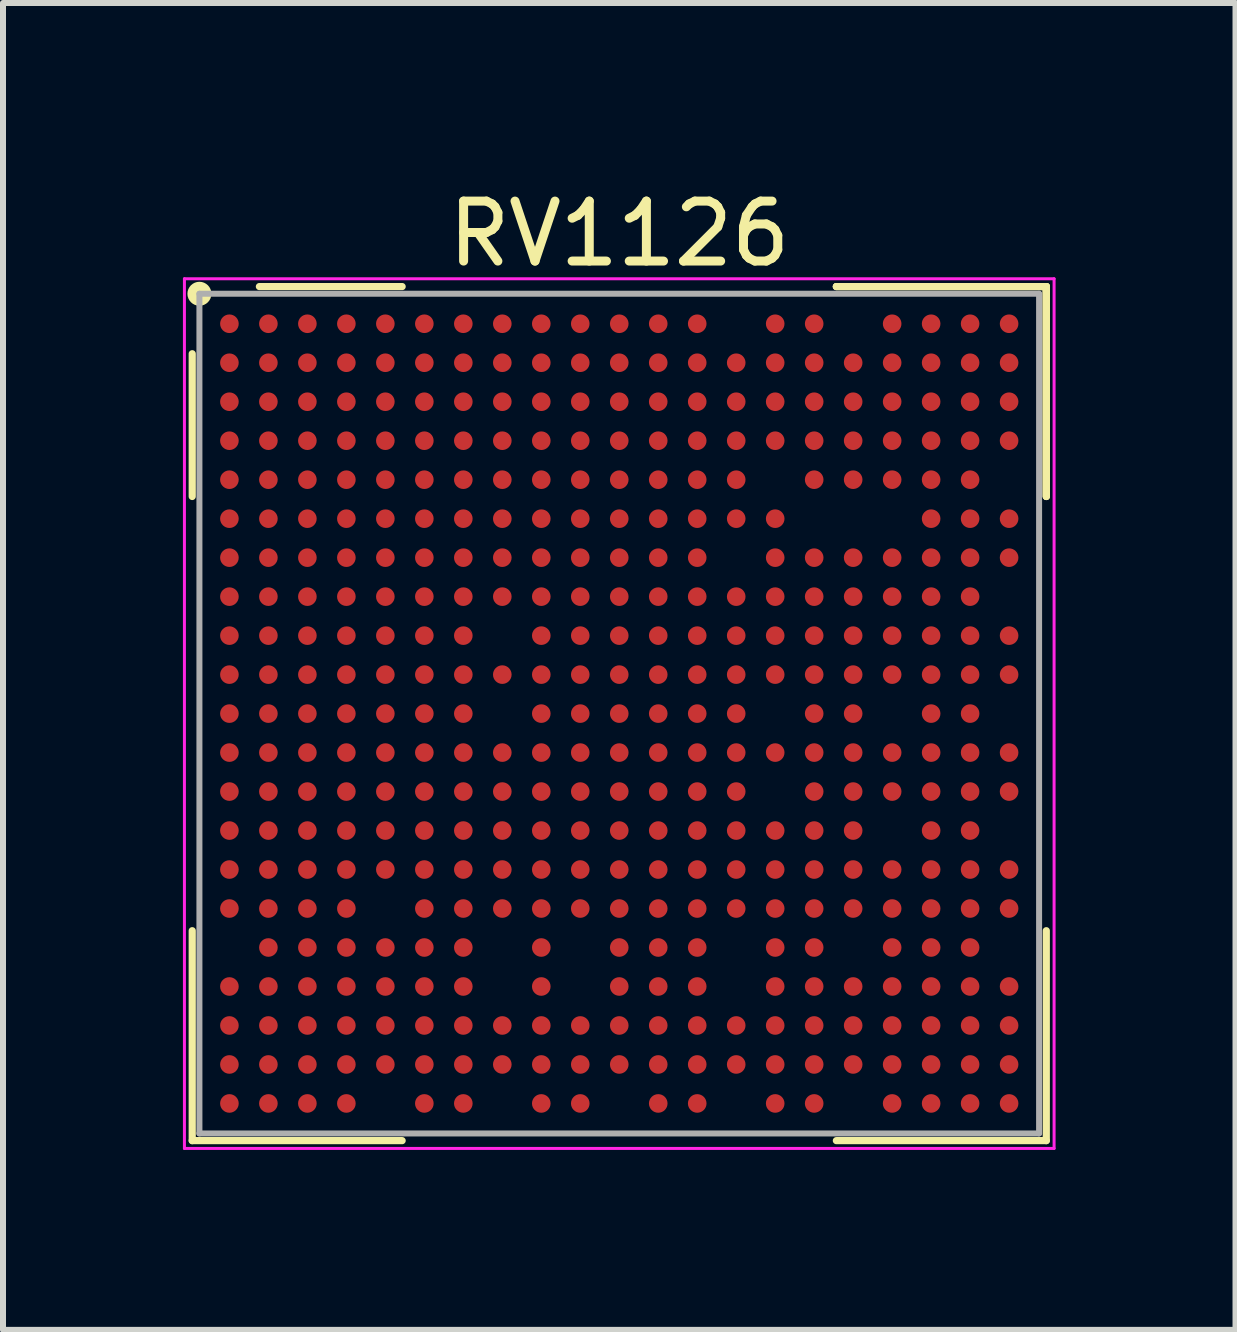
<source format=kicad_pcb>
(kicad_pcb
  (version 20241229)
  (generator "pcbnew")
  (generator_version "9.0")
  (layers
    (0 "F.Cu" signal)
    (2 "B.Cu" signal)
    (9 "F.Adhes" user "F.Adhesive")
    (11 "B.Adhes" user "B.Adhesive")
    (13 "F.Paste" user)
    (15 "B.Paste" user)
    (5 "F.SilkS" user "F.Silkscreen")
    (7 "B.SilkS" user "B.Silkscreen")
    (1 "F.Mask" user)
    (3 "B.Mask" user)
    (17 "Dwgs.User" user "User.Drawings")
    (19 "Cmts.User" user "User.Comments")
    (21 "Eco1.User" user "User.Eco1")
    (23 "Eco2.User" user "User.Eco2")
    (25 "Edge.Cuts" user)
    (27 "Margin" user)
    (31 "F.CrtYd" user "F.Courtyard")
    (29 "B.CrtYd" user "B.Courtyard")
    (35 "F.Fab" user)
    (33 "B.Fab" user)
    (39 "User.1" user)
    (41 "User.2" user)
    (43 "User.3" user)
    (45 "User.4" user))
  (footprint "RV1126"
    (layer "F.Cu")
    (at 7.275 8.848)
    (property "Reference" "RV1126" (at 0 -8 0) (layer "F.SilkS") (effects (font (size 1 1) (thickness 0.15))))
    (attr through_hole)
    (fp_line (start -7.12 -6) (end -7.12 -3.62) (stroke (width 0.12) (type solid)) (layer "F.SilkS"))
    (fp_line (start -7.12 7.12) (end -7.12 3.62) (stroke (width 0.12) (type solid)) (layer "F.SilkS"))
    (fp_line (start -3.62 -7.12) (end -6 -7.12) (stroke (width 0.12) (type solid)) (layer "F.SilkS"))
    (fp_line (start -3.62 7.12) (end -7.12 7.12) (stroke (width 0.12) (type solid)) (layer "F.SilkS"))
    (fp_line (start 3.62 -7.12) (end 7.12 -7.12) (stroke (width 0.12) (type solid)) (layer "F.SilkS"))
    (fp_line (start 3.62 -7.12) (end 7.12 -7.12) (stroke (width 0.12) (type solid)) (layer "F.SilkS"))
    (fp_line (start 3.62 -7.12) (end 7.12 -7.12) (stroke (width 0.12) (type solid)) (layer "F.SilkS"))
    (fp_line (start 3.62 7.12) (end 7.12 7.12) (stroke (width 0.12) (type solid)) (layer "F.SilkS"))
    (fp_line (start 7.12 -7.12) (end 7.12 -3.62) (stroke (width 0.12) (type solid)) (layer "F.SilkS"))
    (fp_line (start 7.12 -7.12) (end 7.12 -3.62) (stroke (width 0.12) (type solid)) (layer "F.SilkS"))
    (fp_line (start 7.12 -7.12) (end 7.12 -3.62) (stroke (width 0.12) (type solid)) (layer "F.SilkS"))
    (fp_line (start 7.12 7.12) (end 7.12 3.62) (stroke (width 0.12) (type solid)) (layer "F.SilkS"))
    (fp_circle (center -7 -7) (end -7 -6.9) (stroke (width 0.2) (type solid)) (fill no) (layer "F.SilkS"))
    (fp_line (start -7.25 -7.25) (end 7.25 -7.25) (stroke (width 0.05) (type solid)) (layer "F.CrtYd"))
    (fp_line (start -7.25 7.25) (end -7.25 -7.25) (stroke (width 0.05) (type solid)) (layer "F.CrtYd"))
    (fp_line (start 7.25 -7.25) (end 7.25 7.25) (stroke (width 0.05) (type solid)) (layer "F.CrtYd"))
    (fp_line (start 7.25 7.25) (end -7.25 7.25) (stroke (width 0.05) (type solid)) (layer "F.CrtYd"))
    (fp_line (start -7 -7) (end -7 7) (stroke (width 0.1) (type solid)) (layer "F.Fab"))
    (fp_line (start -7 7) (end 7 7) (stroke (width 0.1) (type solid)) (layer "F.Fab"))
    (fp_line (start 7 -7) (end -7 -7) (stroke (width 0.1) (type solid)) (layer "F.Fab"))
    (fp_line (start 7 7) (end 7 -7) (stroke (width 0.1) (type solid)) (layer "F.Fab"))
    (pad "A1" smd circle (at -6.5 -6.5) (size 0.31 0.31) (layers "F.Cu" "F.Mask" "F.Paste"))
    (pad "A2" smd circle (at -5.85 -6.5) (size 0.31 0.31) (layers "F.Cu" "F.Mask" "F.Paste"))
    (pad "A3" smd circle (at -5.2 -6.5) (size 0.31 0.31) (layers "F.Cu" "F.Mask" "F.Paste"))
    (pad "A4" smd circle (at -4.55 -6.5) (size 0.31 0.31) (layers "F.Cu" "F.Mask" "F.Paste"))
    (pad "A5" smd circle (at -3.9 -6.5) (size 0.31 0.31) (layers "F.Cu" "F.Mask" "F.Paste"))
    (pad "A6" smd circle (at -3.25 -6.5) (size 0.31 0.31) (layers "F.Cu" "F.Mask" "F.Paste"))
    (pad "A7" smd circle (at -2.6 -6.5) (size 0.31 0.31) (layers "F.Cu" "F.Mask" "F.Paste"))
    (pad "A8" smd circle (at -1.95 -6.5) (size 0.31 0.31) (layers "F.Cu" "F.Mask" "F.Paste"))
    (pad "A9" smd circle (at -1.3 -6.5) (size 0.31 0.31) (layers "F.Cu" "F.Mask" "F.Paste"))
    (pad "A10" smd circle (at -0.65 -6.5) (size 0.31 0.31) (layers "F.Cu" "F.Mask" "F.Paste"))
    (pad "A11" smd circle (at 0 -6.5) (size 0.31 0.31) (layers "F.Cu" "F.Mask" "F.Paste"))
    (pad "A12" smd circle (at 0.65 -6.5) (size 0.31 0.31) (layers "F.Cu" "F.Mask" "F.Paste"))
    (pad "A13" smd circle (at 1.3 -6.5) (size 0.31 0.31) (layers "F.Cu" "F.Mask" "F.Paste"))
    (pad "A15" smd circle (at 2.6 -6.5) (size 0.31 0.31) (layers "F.Cu" "F.Mask" "F.Paste"))
    (pad "A16" smd circle (at 3.25 -6.5) (size 0.31 0.31) (layers "F.Cu" "F.Mask" "F.Paste"))
    (pad "A18" smd circle (at 4.55 -6.5) (size 0.31 0.31) (layers "F.Cu" "F.Mask" "F.Paste"))
    (pad "A19" smd circle (at 5.2 -6.5) (size 0.31 0.31) (layers "F.Cu" "F.Mask" "F.Paste"))
    (pad "A20" smd circle (at 5.85 -6.5) (size 0.31 0.31) (layers "F.Cu" "F.Mask" "F.Paste"))
    (pad "A21" smd circle (at 6.5 -6.5) (size 0.31 0.31) (layers "F.Cu" "F.Mask" "F.Paste"))
    (pad "AA1" smd circle (at -6.5 6.5) (size 0.31 0.31) (layers "F.Cu" "F.Mask" "F.Paste"))
    (pad "AA2" smd circle (at -5.85 6.5) (size 0.31 0.31) (layers "F.Cu" "F.Mask" "F.Paste"))
    (pad "AA3" smd circle (at -5.2 6.5) (size 0.31 0.31) (layers "F.Cu" "F.Mask" "F.Paste"))
    (pad "AA4" smd circle (at -4.55 6.5) (size 0.31 0.31) (layers "F.Cu" "F.Mask" "F.Paste"))
    (pad "AA6" smd circle (at -3.25 6.5) (size 0.31 0.31) (layers "F.Cu" "F.Mask" "F.Paste"))
    (pad "AA7" smd circle (at -2.6 6.5) (size 0.31 0.31) (layers "F.Cu" "F.Mask" "F.Paste"))
    (pad "AA9" smd circle (at -1.3 6.5) (size 0.31 0.31) (layers "F.Cu" "F.Mask" "F.Paste"))
    (pad "AA10" smd circle (at -0.65 6.5) (size 0.31 0.31) (layers "F.Cu" "F.Mask" "F.Paste"))
    (pad "AA12" smd circle (at 0.65 6.5) (size 0.31 0.31) (layers "F.Cu" "F.Mask" "F.Paste"))
    (pad "AA13" smd circle (at 1.3 6.5) (size 0.31 0.31) (layers "F.Cu" "F.Mask" "F.Paste"))
    (pad "AA15" smd circle (at 2.6 6.5) (size 0.31 0.31) (layers "F.Cu" "F.Mask" "F.Paste"))
    (pad "AA16" smd circle (at 3.25 6.5) (size 0.31 0.31) (layers "F.Cu" "F.Mask" "F.Paste"))
    (pad "AA18" smd circle (at 4.55 6.5) (size 0.31 0.31) (layers "F.Cu" "F.Mask" "F.Paste"))
    (pad "AA19" smd circle (at 5.2 6.5) (size 0.31 0.31) (layers "F.Cu" "F.Mask" "F.Paste"))
    (pad "AA20" smd circle (at 5.85 6.5) (size 0.31 0.31) (layers "F.Cu" "F.Mask" "F.Paste"))
    (pad "AA21" smd circle (at 6.5 6.5) (size 0.31 0.31) (layers "F.Cu" "F.Mask" "F.Paste"))
    (pad "B1" smd circle (at -6.5 -5.85) (size 0.31 0.31) (layers "F.Cu" "F.Mask" "F.Paste"))
    (pad "B2" smd circle (at -5.85 -5.85) (size 0.31 0.31) (layers "F.Cu" "F.Mask" "F.Paste"))
    (pad "B3" smd circle (at -5.2 -5.85) (size 0.31 0.31) (layers "F.Cu" "F.Mask" "F.Paste"))
    (pad "B4" smd circle (at -4.55 -5.85) (size 0.31 0.31) (layers "F.Cu" "F.Mask" "F.Paste"))
    (pad "B5" smd circle (at -3.9 -5.85) (size 0.31 0.31) (layers "F.Cu" "F.Mask" "F.Paste"))
    (pad "B6" smd circle (at -3.25 -5.85) (size 0.31 0.31) (layers "F.Cu" "F.Mask" "F.Paste"))
    (pad "B7" smd circle (at -2.6 -5.85) (size 0.31 0.31) (layers "F.Cu" "F.Mask" "F.Paste"))
    (pad "B8" smd circle (at -1.95 -5.85) (size 0.31 0.31) (layers "F.Cu" "F.Mask" "F.Paste"))
    (pad "B9" smd circle (at -1.3 -5.85) (size 0.31 0.31) (layers "F.Cu" "F.Mask" "F.Paste"))
    (pad "B10" smd circle (at -0.65 -5.85) (size 0.31 0.31) (layers "F.Cu" "F.Mask" "F.Paste"))
    (pad "B11" smd circle (at 0 -5.85) (size 0.31 0.31) (layers "F.Cu" "F.Mask" "F.Paste"))
    (pad "B12" smd circle (at 0.65 -5.85) (size 0.31 0.31) (layers "F.Cu" "F.Mask" "F.Paste"))
    (pad "B13" smd circle (at 1.3 -5.85) (size 0.31 0.31) (layers "F.Cu" "F.Mask" "F.Paste"))
    (pad "B14" smd circle (at 1.95 -5.85) (size 0.31 0.31) (layers "F.Cu" "F.Mask" "F.Paste"))
    (pad "B15" smd circle (at 2.6 -5.85) (size 0.31 0.31) (layers "F.Cu" "F.Mask" "F.Paste"))
    (pad "B16" smd circle (at 3.25 -5.85) (size 0.31 0.31) (layers "F.Cu" "F.Mask" "F.Paste"))
    (pad "B17" smd circle (at 3.9 -5.85) (size 0.31 0.31) (layers "F.Cu" "F.Mask" "F.Paste"))
    (pad "B18" smd circle (at 4.55 -5.85) (size 0.31 0.31) (layers "F.Cu" "F.Mask" "F.Paste"))
    (pad "B19" smd circle (at 5.2 -5.85) (size 0.31 0.31) (layers "F.Cu" "F.Mask" "F.Paste"))
    (pad "B20" smd circle (at 5.85 -5.85) (size 0.31 0.31) (layers "F.Cu" "F.Mask" "F.Paste"))
    (pad "B21" smd circle (at 6.5 -5.85) (size 0.31 0.31) (layers "F.Cu" "F.Mask" "F.Paste"))
    (pad "C1" smd circle (at -6.5 -5.2) (size 0.31 0.31) (layers "F.Cu" "F.Mask" "F.Paste"))
    (pad "C2" smd circle (at -5.85 -5.2) (size 0.31 0.31) (layers "F.Cu" "F.Mask" "F.Paste"))
    (pad "C3" smd circle (at -5.2 -5.2) (size 0.31 0.31) (layers "F.Cu" "F.Mask" "F.Paste"))
    (pad "C4" smd circle (at -4.55 -5.2) (size 0.31 0.31) (layers "F.Cu" "F.Mask" "F.Paste"))
    (pad "C5" smd circle (at -3.9 -5.2) (size 0.31 0.31) (layers "F.Cu" "F.Mask" "F.Paste"))
    (pad "C6" smd circle (at -3.25 -5.2) (size 0.31 0.31) (layers "F.Cu" "F.Mask" "F.Paste"))
    (pad "C7" smd circle (at -2.6 -5.2) (size 0.31 0.31) (layers "F.Cu" "F.Mask" "F.Paste"))
    (pad "C8" smd circle (at -1.95 -5.2) (size 0.31 0.31) (layers "F.Cu" "F.Mask" "F.Paste"))
    (pad "C9" smd circle (at -1.3 -5.2) (size 0.31 0.31) (layers "F.Cu" "F.Mask" "F.Paste"))
    (pad "C10" smd circle (at -0.65 -5.2) (size 0.31 0.31) (layers "F.Cu" "F.Mask" "F.Paste"))
    (pad "C11" smd circle (at 0 -5.2) (size 0.31 0.31) (layers "F.Cu" "F.Mask" "F.Paste"))
    (pad "C12" smd circle (at 0.65 -5.2) (size 0.31 0.31) (layers "F.Cu" "F.Mask" "F.Paste"))
    (pad "C13" smd circle (at 1.3 -5.2) (size 0.31 0.31) (layers "F.Cu" "F.Mask" "F.Paste"))
    (pad "C14" smd circle (at 1.95 -5.2) (size 0.31 0.31) (layers "F.Cu" "F.Mask" "F.Paste"))
    (pad "C15" smd circle (at 2.6 -5.2) (size 0.31 0.31) (layers "F.Cu" "F.Mask" "F.Paste"))
    (pad "C16" smd circle (at 3.25 -5.2) (size 0.31 0.31) (layers "F.Cu" "F.Mask" "F.Paste"))
    (pad "C17" smd circle (at 3.9 -5.2) (size 0.31 0.31) (layers "F.Cu" "F.Mask" "F.Paste"))
    (pad "C18" smd circle (at 4.55 -5.2) (size 0.31 0.31) (layers "F.Cu" "F.Mask" "F.Paste"))
    (pad "C19" smd circle (at 5.2 -5.2) (size 0.31 0.31) (layers "F.Cu" "F.Mask" "F.Paste"))
    (pad "C20" smd circle (at 5.85 -5.2) (size 0.31 0.31) (layers "F.Cu" "F.Mask" "F.Paste"))
    (pad "C21" smd circle (at 6.5 -5.2) (size 0.31 0.31) (layers "F.Cu" "F.Mask" "F.Paste"))
    (pad "D1" smd circle (at -6.5 -4.55) (size 0.31 0.31) (layers "F.Cu" "F.Mask" "F.Paste"))
    (pad "D2" smd circle (at -5.85 -4.55) (size 0.31 0.31) (layers "F.Cu" "F.Mask" "F.Paste"))
    (pad "D3" smd circle (at -5.2 -4.55) (size 0.31 0.31) (layers "F.Cu" "F.Mask" "F.Paste"))
    (pad "D4" smd circle (at -4.55 -4.55) (size 0.31 0.31) (layers "F.Cu" "F.Mask" "F.Paste"))
    (pad "D5" smd circle (at -3.9 -4.55) (size 0.31 0.31) (layers "F.Cu" "F.Mask" "F.Paste"))
    (pad "D6" smd circle (at -3.25 -4.55) (size 0.31 0.31) (layers "F.Cu" "F.Mask" "F.Paste"))
    (pad "D7" smd circle (at -2.6 -4.55) (size 0.31 0.31) (layers "F.Cu" "F.Mask" "F.Paste"))
    (pad "D8" smd circle (at -1.95 -4.55) (size 0.31 0.31) (layers "F.Cu" "F.Mask" "F.Paste"))
    (pad "D9" smd circle (at -1.3 -4.55) (size 0.31 0.31) (layers "F.Cu" "F.Mask" "F.Paste"))
    (pad "D10" smd circle (at -0.65 -4.55) (size 0.31 0.31) (layers "F.Cu" "F.Mask" "F.Paste"))
    (pad "D11" smd circle (at 0 -4.55) (size 0.31 0.31) (layers "F.Cu" "F.Mask" "F.Paste"))
    (pad "D12" smd circle (at 0.65 -4.55) (size 0.31 0.31) (layers "F.Cu" "F.Mask" "F.Paste"))
    (pad "D13" smd circle (at 1.3 -4.55) (size 0.31 0.31) (layers "F.Cu" "F.Mask" "F.Paste"))
    (pad "D14" smd circle (at 1.95 -4.55) (size 0.31 0.31) (layers "F.Cu" "F.Mask" "F.Paste"))
    (pad "D15" smd circle (at 2.6 -4.55) (size 0.31 0.31) (layers "F.Cu" "F.Mask" "F.Paste"))
    (pad "D16" smd circle (at 3.25 -4.55) (size 0.31 0.31) (layers "F.Cu" "F.Mask" "F.Paste"))
    (pad "D17" smd circle (at 3.9 -4.55) (size 0.31 0.31) (layers "F.Cu" "F.Mask" "F.Paste"))
    (pad "D18" smd circle (at 4.55 -4.55) (size 0.31 0.31) (layers "F.Cu" "F.Mask" "F.Paste"))
    (pad "D19" smd circle (at 5.2 -4.55) (size 0.31 0.31) (layers "F.Cu" "F.Mask" "F.Paste"))
    (pad "D20" smd circle (at 5.85 -4.55) (size 0.31 0.31) (layers "F.Cu" "F.Mask" "F.Paste"))
    (pad "D21" smd circle (at 6.5 -4.55) (size 0.31 0.31) (layers "F.Cu" "F.Mask" "F.Paste"))
    (pad "E1" smd circle (at -6.5 -3.9) (size 0.31 0.31) (layers "F.Cu" "F.Mask" "F.Paste"))
    (pad "E2" smd circle (at -5.85 -3.9) (size 0.31 0.31) (layers "F.Cu" "F.Mask" "F.Paste"))
    (pad "E3" smd circle (at -5.2 -3.9) (size 0.31 0.31) (layers "F.Cu" "F.Mask" "F.Paste"))
    (pad "E4" smd circle (at -4.55 -3.9) (size 0.31 0.31) (layers "F.Cu" "F.Mask" "F.Paste"))
    (pad "E5" smd circle (at -3.9 -3.9) (size 0.31 0.31) (layers "F.Cu" "F.Mask" "F.Paste"))
    (pad "E6" smd circle (at -3.25 -3.9) (size 0.31 0.31) (layers "F.Cu" "F.Mask" "F.Paste"))
    (pad "E7" smd circle (at -2.6 -3.9) (size 0.31 0.31) (layers "F.Cu" "F.Mask" "F.Paste"))
    (pad "E8" smd circle (at -1.95 -3.9) (size 0.31 0.31) (layers "F.Cu" "F.Mask" "F.Paste"))
    (pad "E9" smd circle (at -1.3 -3.9) (size 0.31 0.31) (layers "F.Cu" "F.Mask" "F.Paste"))
    (pad "E10" smd circle (at -0.65 -3.9) (size 0.31 0.31) (layers "F.Cu" "F.Mask" "F.Paste"))
    (pad "E11" smd circle (at 0 -3.9) (size 0.31 0.31) (layers "F.Cu" "F.Mask" "F.Paste"))
    (pad "E12" smd circle (at 0.65 -3.9) (size 0.31 0.31) (layers "F.Cu" "F.Mask" "F.Paste"))
    (pad "E13" smd circle (at 1.3 -3.9) (size 0.31 0.31) (layers "F.Cu" "F.Mask" "F.Paste"))
    (pad "E14" smd circle (at 1.95 -3.9) (size 0.31 0.31) (layers "F.Cu" "F.Mask" "F.Paste"))
    (pad "E16" smd circle (at 3.25 -3.9) (size 0.31 0.31) (layers "F.Cu" "F.Mask" "F.Paste"))
    (pad "E17" smd circle (at 3.9 -3.9) (size 0.31 0.31) (layers "F.Cu" "F.Mask" "F.Paste"))
    (pad "E18" smd circle (at 4.55 -3.9) (size 0.31 0.31) (layers "F.Cu" "F.Mask" "F.Paste"))
    (pad "E19" smd circle (at 5.2 -3.9) (size 0.31 0.31) (layers "F.Cu" "F.Mask" "F.Paste"))
    (pad "E20" smd circle (at 5.85 -3.9) (size 0.31 0.31) (layers "F.Cu" "F.Mask" "F.Paste"))
    (pad "F1" smd circle (at -6.5 -3.25) (size 0.31 0.31) (layers "F.Cu" "F.Mask" "F.Paste"))
    (pad "F2" smd circle (at -5.85 -3.25) (size 0.31 0.31) (layers "F.Cu" "F.Mask" "F.Paste"))
    (pad "F3" smd circle (at -5.2 -3.25) (size 0.31 0.31) (layers "F.Cu" "F.Mask" "F.Paste"))
    (pad "F4" smd circle (at -4.55 -3.25) (size 0.31 0.31) (layers "F.Cu" "F.Mask" "F.Paste"))
    (pad "F5" smd circle (at -3.9 -3.25) (size 0.31 0.31) (layers "F.Cu" "F.Mask" "F.Paste"))
    (pad "F6" smd circle (at -3.25 -3.25) (size 0.31 0.31) (layers "F.Cu" "F.Mask" "F.Paste"))
    (pad "F7" smd circle (at -2.6 -3.25) (size 0.31 0.31) (layers "F.Cu" "F.Mask" "F.Paste"))
    (pad "F8" smd circle (at -1.95 -3.25) (size 0.31 0.31) (layers "F.Cu" "F.Mask" "F.Paste"))
    (pad "F9" smd circle (at -1.3 -3.25) (size 0.31 0.31) (layers "F.Cu" "F.Mask" "F.Paste"))
    (pad "F10" smd circle (at -0.65 -3.25) (size 0.31 0.31) (layers "F.Cu" "F.Mask" "F.Paste"))
    (pad "F11" smd circle (at 0 -3.25) (size 0.31 0.31) (layers "F.Cu" "F.Mask" "F.Paste"))
    (pad "F12" smd circle (at 0.65 -3.25) (size 0.31 0.31) (layers "F.Cu" "F.Mask" "F.Paste"))
    (pad "F13" smd circle (at 1.3 -3.25) (size 0.31 0.31) (layers "F.Cu" "F.Mask" "F.Paste"))
    (pad "F14" smd circle (at 1.95 -3.25) (size 0.31 0.31) (layers "F.Cu" "F.Mask" "F.Paste"))
    (pad "F15" smd circle (at 2.6 -3.25) (size 0.31 0.31) (layers "F.Cu" "F.Mask" "F.Paste"))
    (pad "F19" smd circle (at 5.2 -3.25) (size 0.31 0.31) (layers "F.Cu" "F.Mask" "F.Paste"))
    (pad "F20" smd circle (at 5.85 -3.25) (size 0.31 0.31) (layers "F.Cu" "F.Mask" "F.Paste"))
    (pad "F21" smd circle (at 6.5 -3.25) (size 0.31 0.31) (layers "F.Cu" "F.Mask" "F.Paste"))
    (pad "G1" smd circle (at -6.5 -2.6) (size 0.31 0.31) (layers "F.Cu" "F.Mask" "F.Paste"))
    (pad "G2" smd circle (at -5.85 -2.6) (size 0.31 0.31) (layers "F.Cu" "F.Mask" "F.Paste"))
    (pad "G3" smd circle (at -5.2 -2.6) (size 0.31 0.31) (layers "F.Cu" "F.Mask" "F.Paste"))
    (pad "G4" smd circle (at -4.55 -2.6) (size 0.31 0.31) (layers "F.Cu" "F.Mask" "F.Paste"))
    (pad "G5" smd circle (at -3.9 -2.6) (size 0.31 0.31) (layers "F.Cu" "F.Mask" "F.Paste"))
    (pad "G6" smd circle (at -3.25 -2.6) (size 0.31 0.31) (layers "F.Cu" "F.Mask" "F.Paste"))
    (pad "G7" smd circle (at -2.6 -2.6) (size 0.31 0.31) (layers "F.Cu" "F.Mask" "F.Paste"))
    (pad "G8" smd circle (at -1.95 -2.6) (size 0.31 0.31) (layers "F.Cu" "F.Mask" "F.Paste"))
    (pad "G9" smd circle (at -1.3 -2.6) (size 0.31 0.31) (layers "F.Cu" "F.Mask" "F.Paste"))
    (pad "G10" smd circle (at -0.65 -2.6) (size 0.31 0.31) (layers "F.Cu" "F.Mask" "F.Paste"))
    (pad "G11" smd circle (at 0 -2.6) (size 0.31 0.31) (layers "F.Cu" "F.Mask" "F.Paste"))
    (pad "G12" smd circle (at 0.65 -2.6) (size 0.31 0.31) (layers "F.Cu" "F.Mask" "F.Paste"))
    (pad "G13" smd circle (at 1.3 -2.6) (size 0.31 0.31) (layers "F.Cu" "F.Mask" "F.Paste"))
    (pad "G15" smd circle (at 2.6 -2.6) (size 0.31 0.31) (layers "F.Cu" "F.Mask" "F.Paste"))
    (pad "G16" smd circle (at 3.25 -2.6) (size 0.31 0.31) (layers "F.Cu" "F.Mask" "F.Paste"))
    (pad "G17" smd circle (at 3.9 -2.6) (size 0.31 0.31) (layers "F.Cu" "F.Mask" "F.Paste"))
    (pad "G18" smd circle (at 4.55 -2.6) (size 0.31 0.31) (layers "F.Cu" "F.Mask" "F.Paste"))
    (pad "G19" smd circle (at 5.2 -2.6) (size 0.31 0.31) (layers "F.Cu" "F.Mask" "F.Paste"))
    (pad "G20" smd circle (at 5.85 -2.6) (size 0.31 0.31) (layers "F.Cu" "F.Mask" "F.Paste"))
    (pad "G21" smd circle (at 6.5 -2.6) (size 0.31 0.31) (layers "F.Cu" "F.Mask" "F.Paste"))
    (pad "H1" smd circle (at -6.5 -1.95) (size 0.31 0.31) (layers "F.Cu" "F.Mask" "F.Paste"))
    (pad "H2" smd circle (at -5.85 -1.95) (size 0.31 0.31) (layers "F.Cu" "F.Mask" "F.Paste"))
    (pad "H3" smd circle (at -5.2 -1.95) (size 0.31 0.31) (layers "F.Cu" "F.Mask" "F.Paste"))
    (pad "H4" smd circle (at -4.55 -1.95) (size 0.31 0.31) (layers "F.Cu" "F.Mask" "F.Paste"))
    (pad "H5" smd circle (at -3.9 -1.95) (size 0.31 0.31) (layers "F.Cu" "F.Mask" "F.Paste"))
    (pad "H6" smd circle (at -3.25 -1.95) (size 0.31 0.31) (layers "F.Cu" "F.Mask" "F.Paste"))
    (pad "H7" smd circle (at -2.6 -1.95) (size 0.31 0.31) (layers "F.Cu" "F.Mask" "F.Paste"))
    (pad "H8" smd circle (at -1.95 -1.95) (size 0.31 0.31) (layers "F.Cu" "F.Mask" "F.Paste"))
    (pad "H9" smd circle (at -1.3 -1.95) (size 0.31 0.31) (layers "F.Cu" "F.Mask" "F.Paste"))
    (pad "H10" smd circle (at -0.65 -1.95) (size 0.31 0.31) (layers "F.Cu" "F.Mask" "F.Paste"))
    (pad "H11" smd circle (at 0 -1.95) (size 0.31 0.31) (layers "F.Cu" "F.Mask" "F.Paste"))
    (pad "H12" smd circle (at 0.65 -1.95) (size 0.31 0.31) (layers "F.Cu" "F.Mask" "F.Paste"))
    (pad "H13" smd circle (at 1.3 -1.95) (size 0.31 0.31) (layers "F.Cu" "F.Mask" "F.Paste"))
    (pad "H14" smd circle (at 1.95 -1.95) (size 0.31 0.31) (layers "F.Cu" "F.Mask" "F.Paste"))
    (pad "H15" smd circle (at 2.6 -1.95) (size 0.31 0.31) (layers "F.Cu" "F.Mask" "F.Paste"))
    (pad "H16" smd circle (at 3.25 -1.95) (size 0.31 0.31) (layers "F.Cu" "F.Mask" "F.Paste"))
    (pad "H17" smd circle (at 3.9 -1.95) (size 0.31 0.31) (layers "F.Cu" "F.Mask" "F.Paste"))
    (pad "H18" smd circle (at 4.55 -1.95) (size 0.31 0.31) (layers "F.Cu" "F.Mask" "F.Paste"))
    (pad "H19" smd circle (at 5.2 -1.95) (size 0.31 0.31) (layers "F.Cu" "F.Mask" "F.Paste"))
    (pad "H20" smd circle (at 5.85 -1.95) (size 0.31 0.31) (layers "F.Cu" "F.Mask" "F.Paste"))
    (pad "J1" smd circle (at -6.5 -1.3) (size 0.31 0.31) (layers "F.Cu" "F.Mask" "F.Paste"))
    (pad "J2" smd circle (at -5.85 -1.3) (size 0.31 0.31) (layers "F.Cu" "F.Mask" "F.Paste"))
    (pad "J3" smd circle (at -5.2 -1.3) (size 0.31 0.31) (layers "F.Cu" "F.Mask" "F.Paste"))
    (pad "J4" smd circle (at -4.55 -1.3) (size 0.31 0.31) (layers "F.Cu" "F.Mask" "F.Paste"))
    (pad "J5" smd circle (at -3.9 -1.3) (size 0.31 0.31) (layers "F.Cu" "F.Mask" "F.Paste"))
    (pad "J6" smd circle (at -3.25 -1.3) (size 0.31 0.31) (layers "F.Cu" "F.Mask" "F.Paste"))
    (pad "J7" smd circle (at -2.6 -1.3) (size 0.31 0.31) (layers "F.Cu" "F.Mask" "F.Paste"))
    (pad "J9" smd circle (at -1.3 -1.3) (size 0.31 0.31) (layers "F.Cu" "F.Mask" "F.Paste"))
    (pad "J10" smd circle (at -0.65 -1.3) (size 0.31 0.31) (layers "F.Cu" "F.Mask" "F.Paste"))
    (pad "J11" smd circle (at 0 -1.3) (size 0.31 0.31) (layers "F.Cu" "F.Mask" "F.Paste"))
    (pad "J12" smd circle (at 0.65 -1.3) (size 0.31 0.31) (layers "F.Cu" "F.Mask" "F.Paste"))
    (pad "J13" smd circle (at 1.3 -1.3) (size 0.31 0.31) (layers "F.Cu" "F.Mask" "F.Paste"))
    (pad "J14" smd circle (at 1.95 -1.3) (size 0.31 0.31) (layers "F.Cu" "F.Mask" "F.Paste"))
    (pad "J15" smd circle (at 2.6 -1.3) (size 0.31 0.31) (layers "F.Cu" "F.Mask" "F.Paste"))
    (pad "J16" smd circle (at 3.25 -1.3) (size 0.31 0.31) (layers "F.Cu" "F.Mask" "F.Paste"))
    (pad "J17" smd circle (at 3.9 -1.3) (size 0.31 0.31) (layers "F.Cu" "F.Mask" "F.Paste"))
    (pad "J18" smd circle (at 4.55 -1.3) (size 0.31 0.31) (layers "F.Cu" "F.Mask" "F.Paste"))
    (pad "J19" smd circle (at 5.2 -1.3) (size 0.31 0.31) (layers "F.Cu" "F.Mask" "F.Paste"))
    (pad "J20" smd circle (at 5.85 -1.3) (size 0.31 0.31) (layers "F.Cu" "F.Mask" "F.Paste"))
    (pad "J21" smd circle (at 6.5 -1.3) (size 0.31 0.31) (layers "F.Cu" "F.Mask" "F.Paste"))
    (pad "K1" smd circle (at -6.5 -0.65) (size 0.31 0.31) (layers "F.Cu" "F.Mask" "F.Paste"))
    (pad "K2" smd circle (at -5.85 -0.65) (size 0.31 0.31) (layers "F.Cu" "F.Mask" "F.Paste"))
    (pad "K3" smd circle (at -5.2 -0.65) (size 0.31 0.31) (layers "F.Cu" "F.Mask" "F.Paste"))
    (pad "K4" smd circle (at -4.55 -0.65) (size 0.31 0.31) (layers "F.Cu" "F.Mask" "F.Paste"))
    (pad "K5" smd circle (at -3.9 -0.65) (size 0.31 0.31) (layers "F.Cu" "F.Mask" "F.Paste"))
    (pad "K6" smd circle (at -3.25 -0.65) (size 0.31 0.31) (layers "F.Cu" "F.Mask" "F.Paste"))
    (pad "K7" smd circle (at -2.6 -0.65) (size 0.31 0.31) (layers "F.Cu" "F.Mask" "F.Paste"))
    (pad "K8" smd circle (at -1.95 -0.65) (size 0.31 0.31) (layers "F.Cu" "F.Mask" "F.Paste"))
    (pad "K9" smd circle (at -1.3 -0.65) (size 0.31 0.31) (layers "F.Cu" "F.Mask" "F.Paste"))
    (pad "K10" smd circle (at -0.65 -0.65) (size 0.31 0.31) (layers "F.Cu" "F.Mask" "F.Paste"))
    (pad "K11" smd circle (at 0 -0.65) (size 0.31 0.31) (layers "F.Cu" "F.Mask" "F.Paste"))
    (pad "K12" smd circle (at 0.65 -0.65) (size 0.31 0.31) (layers "F.Cu" "F.Mask" "F.Paste"))
    (pad "K13" smd circle (at 1.3 -0.65) (size 0.31 0.31) (layers "F.Cu" "F.Mask" "F.Paste"))
    (pad "K14" smd circle (at 1.95 -0.65) (size 0.31 0.31) (layers "F.Cu" "F.Mask" "F.Paste"))
    (pad "K15" smd circle (at 2.6 -0.65) (size 0.31 0.31) (layers "F.Cu" "F.Mask" "F.Paste"))
    (pad "K16" smd circle (at 3.25 -0.65) (size 0.31 0.31) (layers "F.Cu" "F.Mask" "F.Paste"))
    (pad "K17" smd circle (at 3.9 -0.65) (size 0.31 0.31) (layers "F.Cu" "F.Mask" "F.Paste"))
    (pad "K18" smd circle (at 4.55 -0.65) (size 0.31 0.31) (layers "F.Cu" "F.Mask" "F.Paste"))
    (pad "K19" smd circle (at 5.2 -0.65) (size 0.31 0.31) (layers "F.Cu" "F.Mask" "F.Paste"))
    (pad "K20" smd circle (at 5.85 -0.65) (size 0.31 0.31) (layers "F.Cu" "F.Mask" "F.Paste"))
    (pad "K21" smd circle (at 6.5 -0.65) (size 0.31 0.31) (layers "F.Cu" "F.Mask" "F.Paste"))
    (pad "L1" smd circle (at -6.5 0) (size 0.31 0.31) (layers "F.Cu" "F.Mask" "F.Paste"))
    (pad "L2" smd circle (at -5.85 0) (size 0.31 0.31) (layers "F.Cu" "F.Mask" "F.Paste"))
    (pad "L3" smd circle (at -5.2 0) (size 0.31 0.31) (layers "F.Cu" "F.Mask" "F.Paste"))
    (pad "L4" smd circle (at -4.55 0) (size 0.31 0.31) (layers "F.Cu" "F.Mask" "F.Paste"))
    (pad "L5" smd circle (at -3.9 0) (size 0.31 0.31) (layers "F.Cu" "F.Mask" "F.Paste"))
    (pad "L6" smd circle (at -3.25 0) (size 0.31 0.31) (layers "F.Cu" "F.Mask" "F.Paste"))
    (pad "L7" smd circle (at -2.6 0) (size 0.31 0.31) (layers "F.Cu" "F.Mask" "F.Paste"))
    (pad "L9" smd circle (at -1.3 0) (size 0.31 0.31) (layers "F.Cu" "F.Mask" "F.Paste"))
    (pad "L10" smd circle (at -0.65 0) (size 0.31 0.31) (layers "F.Cu" "F.Mask" "F.Paste"))
    (pad "L11" smd circle (at 0 0) (size 0.31 0.31) (layers "F.Cu" "F.Mask" "F.Paste"))
    (pad "L12" smd circle (at 0.65 0) (size 0.31 0.31) (layers "F.Cu" "F.Mask" "F.Paste"))
    (pad "L13" smd circle (at 1.3 0) (size 0.31 0.31) (layers "F.Cu" "F.Mask" "F.Paste"))
    (pad "L14" smd circle (at 1.95 0) (size 0.31 0.31) (layers "F.Cu" "F.Mask" "F.Paste"))
    (pad "L16" smd circle (at 3.25 0) (size 0.31 0.31) (layers "F.Cu" "F.Mask" "F.Paste"))
    (pad "L17" smd circle (at 3.9 0) (size 0.31 0.31) (layers "F.Cu" "F.Mask" "F.Paste"))
    (pad "L19" smd circle (at 5.2 0) (size 0.31 0.31) (layers "F.Cu" "F.Mask" "F.Paste"))
    (pad "L20" smd circle (at 5.85 0) (size 0.31 0.31) (layers "F.Cu" "F.Mask" "F.Paste"))
    (pad "M1" smd circle (at -6.5 0.65) (size 0.31 0.31) (layers "F.Cu" "F.Mask" "F.Paste"))
    (pad "M2" smd circle (at -5.85 0.65) (size 0.31 0.31) (layers "F.Cu" "F.Mask" "F.Paste"))
    (pad "M3" smd circle (at -5.2 0.65) (size 0.31 0.31) (layers "F.Cu" "F.Mask" "F.Paste"))
    (pad "M4" smd circle (at -4.55 0.65) (size 0.31 0.31) (layers "F.Cu" "F.Mask" "F.Paste"))
    (pad "M5" smd circle (at -3.9 0.65) (size 0.31 0.31) (layers "F.Cu" "F.Mask" "F.Paste"))
    (pad "M6" smd circle (at -3.25 0.65) (size 0.31 0.31) (layers "F.Cu" "F.Mask" "F.Paste"))
    (pad "M7" smd circle (at -2.6 0.65) (size 0.31 0.31) (layers "F.Cu" "F.Mask" "F.Paste"))
    (pad "M8" smd circle (at -1.95 0.65) (size 0.31 0.31) (layers "F.Cu" "F.Mask" "F.Paste"))
    (pad "M9" smd circle (at -1.3 0.65) (size 0.31 0.31) (layers "F.Cu" "F.Mask" "F.Paste"))
    (pad "M10" smd circle (at -0.65 0.65) (size 0.31 0.31) (layers "F.Cu" "F.Mask" "F.Paste"))
    (pad "M11" smd circle (at 0 0.65) (size 0.31 0.31) (layers "F.Cu" "F.Mask" "F.Paste"))
    (pad "M12" smd circle (at 0.65 0.65) (size 0.31 0.31) (layers "F.Cu" "F.Mask" "F.Paste"))
    (pad "M13" smd circle (at 1.3 0.65) (size 0.31 0.31) (layers "F.Cu" "F.Mask" "F.Paste"))
    (pad "M14" smd circle (at 1.95 0.65) (size 0.31 0.31) (layers "F.Cu" "F.Mask" "F.Paste"))
    (pad "M15" smd circle (at 2.6 0.65) (size 0.31 0.31) (layers "F.Cu" "F.Mask" "F.Paste"))
    (pad "M16" smd circle (at 3.25 0.65) (size 0.31 0.31) (layers "F.Cu" "F.Mask" "F.Paste"))
    (pad "M17" smd circle (at 3.9 0.65) (size 0.31 0.31) (layers "F.Cu" "F.Mask" "F.Paste"))
    (pad "M18" smd circle (at 4.55 0.65) (size 0.31 0.31) (layers "F.Cu" "F.Mask" "F.Paste"))
    (pad "M19" smd circle (at 5.2 0.65) (size 0.31 0.31) (layers "F.Cu" "F.Mask" "F.Paste"))
    (pad "M20" smd circle (at 5.85 0.65) (size 0.31 0.31) (layers "F.Cu" "F.Mask" "F.Paste"))
    (pad "M21" smd circle (at 6.5 0.65) (size 0.31 0.31) (layers "F.Cu" "F.Mask" "F.Paste"))
    (pad "N1" smd circle (at -6.5 1.3) (size 0.31 0.31) (layers "F.Cu" "F.Mask" "F.Paste"))
    (pad "N2" smd circle (at -5.85 1.3) (size 0.31 0.31) (layers "F.Cu" "F.Mask" "F.Paste"))
    (pad "N3" smd circle (at -5.2 1.3) (size 0.31 0.31) (layers "F.Cu" "F.Mask" "F.Paste"))
    (pad "N4" smd circle (at -4.55 1.3) (size 0.31 0.31) (layers "F.Cu" "F.Mask" "F.Paste"))
    (pad "N5" smd circle (at -3.9 1.3) (size 0.31 0.31) (layers "F.Cu" "F.Mask" "F.Paste"))
    (pad "N6" smd circle (at -3.25 1.3) (size 0.31 0.31) (layers "F.Cu" "F.Mask" "F.Paste"))
    (pad "N7" smd circle (at -2.6 1.3) (size 0.31 0.31) (layers "F.Cu" "F.Mask" "F.Paste"))
    (pad "N8" smd circle (at -1.95 1.3) (size 0.31 0.31) (layers "F.Cu" "F.Mask" "F.Paste"))
    (pad "N9" smd circle (at -1.3 1.3) (size 0.31 0.31) (layers "F.Cu" "F.Mask" "F.Paste"))
    (pad "N10" smd circle (at -0.65 1.3) (size 0.31 0.31) (layers "F.Cu" "F.Mask" "F.Paste"))
    (pad "N11" smd circle (at 0 1.3) (size 0.31 0.31) (layers "F.Cu" "F.Mask" "F.Paste"))
    (pad "N12" smd circle (at 0.65 1.3) (size 0.31 0.31) (layers "F.Cu" "F.Mask" "F.Paste"))
    (pad "N13" smd circle (at 1.3 1.3) (size 0.31 0.31) (layers "F.Cu" "F.Mask" "F.Paste"))
    (pad "N14" smd circle (at 1.95 1.3) (size 0.31 0.31) (layers "F.Cu" "F.Mask" "F.Paste"))
    (pad "N16" smd circle (at 3.25 1.3) (size 0.31 0.31) (layers "F.Cu" "F.Mask" "F.Paste"))
    (pad "N17" smd circle (at 3.9 1.3) (size 0.31 0.31) (layers "F.Cu" "F.Mask" "F.Paste"))
    (pad "N18" smd circle (at 4.55 1.3) (size 0.31 0.31) (layers "F.Cu" "F.Mask" "F.Paste"))
    (pad "N19" smd circle (at 5.2 1.3) (size 0.31 0.31) (layers "F.Cu" "F.Mask" "F.Paste"))
    (pad "N20" smd circle (at 5.85 1.3) (size 0.31 0.31) (layers "F.Cu" "F.Mask" "F.Paste"))
    (pad "N21" smd circle (at 6.5 1.3) (size 0.31 0.31) (layers "F.Cu" "F.Mask" "F.Paste"))
    (pad "P1" smd circle (at -6.5 1.95) (size 0.31 0.31) (layers "F.Cu" "F.Mask" "F.Paste"))
    (pad "P2" smd circle (at -5.85 1.95) (size 0.31 0.31) (layers "F.Cu" "F.Mask" "F.Paste"))
    (pad "P3" smd circle (at -5.2 1.95) (size 0.31 0.31) (layers "F.Cu" "F.Mask" "F.Paste"))
    (pad "P4" smd circle (at -4.55 1.95) (size 0.31 0.31) (layers "F.Cu" "F.Mask" "F.Paste"))
    (pad "P5" smd circle (at -3.9 1.95) (size 0.31 0.31) (layers "F.Cu" "F.Mask" "F.Paste"))
    (pad "P6" smd circle (at -3.25 1.95) (size 0.31 0.31) (layers "F.Cu" "F.Mask" "F.Paste"))
    (pad "P7" smd circle (at -2.6 1.95) (size 0.31 0.31) (layers "F.Cu" "F.Mask" "F.Paste"))
    (pad "P8" smd circle (at -1.95 1.95) (size 0.31 0.31) (layers "F.Cu" "F.Mask" "F.Paste"))
    (pad "P9" smd circle (at -1.3 1.95) (size 0.31 0.31) (layers "F.Cu" "F.Mask" "F.Paste"))
    (pad "P10" smd circle (at -0.65 1.95) (size 0.31 0.31) (layers "F.Cu" "F.Mask" "F.Paste"))
    (pad "P11" smd circle (at 0 1.95) (size 0.31 0.31) (layers "F.Cu" "F.Mask" "F.Paste"))
    (pad "P12" smd circle (at 0.65 1.95) (size 0.31 0.31) (layers "F.Cu" "F.Mask" "F.Paste"))
    (pad "P13" smd circle (at 1.3 1.95) (size 0.31 0.31) (layers "F.Cu" "F.Mask" "F.Paste"))
    (pad "P14" smd circle (at 1.95 1.95) (size 0.31 0.31) (layers "F.Cu" "F.Mask" "F.Paste"))
    (pad "P15" smd circle (at 2.6 1.95) (size 0.31 0.31) (layers "F.Cu" "F.Mask" "F.Paste"))
    (pad "P16" smd circle (at 3.25 1.95) (size 0.31 0.31) (layers "F.Cu" "F.Mask" "F.Paste"))
    (pad "P17" smd circle (at 3.9 1.95) (size 0.31 0.31) (layers "F.Cu" "F.Mask" "F.Paste"))
    (pad "P19" smd circle (at 5.2 1.95) (size 0.31 0.31) (layers "F.Cu" "F.Mask" "F.Paste"))
    (pad "P20" smd circle (at 5.85 1.95) (size 0.31 0.31) (layers "F.Cu" "F.Mask" "F.Paste"))
    (pad "R1" smd circle (at -6.5 2.6) (size 0.31 0.31) (layers "F.Cu" "F.Mask" "F.Paste"))
    (pad "R2" smd circle (at -5.85 2.6) (size 0.31 0.31) (layers "F.Cu" "F.Mask" "F.Paste"))
    (pad "R3" smd circle (at -5.2 2.6) (size 0.31 0.31) (layers "F.Cu" "F.Mask" "F.Paste"))
    (pad "R4" smd circle (at -4.55 2.6) (size 0.31 0.31) (layers "F.Cu" "F.Mask" "F.Paste"))
    (pad "R5" smd circle (at -3.9 2.6) (size 0.31 0.31) (layers "F.Cu" "F.Mask" "F.Paste"))
    (pad "R6" smd circle (at -3.25 2.6) (size 0.31 0.31) (layers "F.Cu" "F.Mask" "F.Paste"))
    (pad "R7" smd circle (at -2.6 2.6) (size 0.31 0.31) (layers "F.Cu" "F.Mask" "F.Paste"))
    (pad "R8" smd circle (at -1.95 2.6) (size 0.31 0.31) (layers "F.Cu" "F.Mask" "F.Paste"))
    (pad "R9" smd circle (at -1.3 2.6) (size 0.31 0.31) (layers "F.Cu" "F.Mask" "F.Paste"))
    (pad "R10" smd circle (at -0.65 2.6) (size 0.31 0.31) (layers "F.Cu" "F.Mask" "F.Paste"))
    (pad "R11" smd circle (at 0 2.6) (size 0.31 0.31) (layers "F.Cu" "F.Mask" "F.Paste"))
    (pad "R12" smd circle (at 0.65 2.6) (size 0.31 0.31) (layers "F.Cu" "F.Mask" "F.Paste"))
    (pad "R13" smd circle (at 1.3 2.6) (size 0.31 0.31) (layers "F.Cu" "F.Mask" "F.Paste"))
    (pad "R14" smd circle (at 1.95 2.6) (size 0.31 0.31) (layers "F.Cu" "F.Mask" "F.Paste"))
    (pad "R15" smd circle (at 2.6 2.6) (size 0.31 0.31) (layers "F.Cu" "F.Mask" "F.Paste"))
    (pad "R16" smd circle (at 3.25 2.6) (size 0.31 0.31) (layers "F.Cu" "F.Mask" "F.Paste"))
    (pad "R17" smd circle (at 3.9 2.6) (size 0.31 0.31) (layers "F.Cu" "F.Mask" "F.Paste"))
    (pad "R18" smd circle (at 4.55 2.6) (size 0.31 0.31) (layers "F.Cu" "F.Mask" "F.Paste"))
    (pad "R19" smd circle (at 5.2 2.6) (size 0.31 0.31) (layers "F.Cu" "F.Mask" "F.Paste"))
    (pad "R20" smd circle (at 5.85 2.6) (size 0.31 0.31) (layers "F.Cu" "F.Mask" "F.Paste"))
    (pad "R21" smd circle (at 6.5 2.6) (size 0.31 0.31) (layers "F.Cu" "F.Mask" "F.Paste"))
    (pad "T1" smd circle (at -6.5 3.25) (size 0.31 0.31) (layers "F.Cu" "F.Mask" "F.Paste"))
    (pad "T2" smd circle (at -5.85 3.25) (size 0.31 0.31) (layers "F.Cu" "F.Mask" "F.Paste"))
    (pad "T3" smd circle (at -5.2 3.25) (size 0.31 0.31) (layers "F.Cu" "F.Mask" "F.Paste"))
    (pad "T4" smd circle (at -4.55 3.25) (size 0.31 0.31) (layers "F.Cu" "F.Mask" "F.Paste"))
    (pad "T6" smd circle (at -3.25 3.25) (size 0.31 0.31) (layers "F.Cu" "F.Mask" "F.Paste"))
    (pad "T7" smd circle (at -2.6 3.25) (size 0.31 0.31) (layers "F.Cu" "F.Mask" "F.Paste"))
    (pad "T8" smd circle (at -1.95 3.25) (size 0.31 0.31) (layers "F.Cu" "F.Mask" "F.Paste"))
    (pad "T9" smd circle (at -1.3 3.25) (size 0.31 0.31) (layers "F.Cu" "F.Mask" "F.Paste"))
    (pad "T10" smd circle (at -0.65 3.25) (size 0.31 0.31) (layers "F.Cu" "F.Mask" "F.Paste"))
    (pad "T11" smd circle (at 0 3.25) (size 0.31 0.31) (layers "F.Cu" "F.Mask" "F.Paste"))
    (pad "T12" smd circle (at 0.65 3.25) (size 0.31 0.31) (layers "F.Cu" "F.Mask" "F.Paste"))
    (pad "T13" smd circle (at 1.3 3.25) (size 0.31 0.31) (layers "F.Cu" "F.Mask" "F.Paste"))
    (pad "T14" smd circle (at 1.95 3.25) (size 0.31 0.31) (layers "F.Cu" "F.Mask" "F.Paste"))
    (pad "T15" smd circle (at 2.6 3.25) (size 0.31 0.31) (layers "F.Cu" "F.Mask" "F.Paste"))
    (pad "T16" smd circle (at 3.25 3.25) (size 0.31 0.31) (layers "F.Cu" "F.Mask" "F.Paste"))
    (pad "T17" smd circle (at 3.9 3.25) (size 0.31 0.31) (layers "F.Cu" "F.Mask" "F.Paste"))
    (pad "T18" smd circle (at 4.55 3.25) (size 0.31 0.31) (layers "F.Cu" "F.Mask" "F.Paste"))
    (pad "T19" smd circle (at 5.2 3.25) (size 0.31 0.31) (layers "F.Cu" "F.Mask" "F.Paste"))
    (pad "T20" smd circle (at 5.85 3.25) (size 0.31 0.31) (layers "F.Cu" "F.Mask" "F.Paste"))
    (pad "T21" smd circle (at 6.5 3.25) (size 0.31 0.31) (layers "F.Cu" "F.Mask" "F.Paste"))
    (pad "U2" smd circle (at -5.85 3.9) (size 0.31 0.31) (layers "F.Cu" "F.Mask" "F.Paste"))
    (pad "U3" smd circle (at -5.2 3.9) (size 0.31 0.31) (layers "F.Cu" "F.Mask" "F.Paste"))
    (pad "U4" smd circle (at -4.55 3.9) (size 0.31 0.31) (layers "F.Cu" "F.Mask" "F.Paste"))
    (pad "U5" smd circle (at -3.9 3.9) (size 0.31 0.31) (layers "F.Cu" "F.Mask" "F.Paste"))
    (pad "U6" smd circle (at -3.25 3.9) (size 0.31 0.31) (layers "F.Cu" "F.Mask" "F.Paste"))
    (pad "U7" smd circle (at -2.6 3.9) (size 0.31 0.31) (layers "F.Cu" "F.Mask" "F.Paste"))
    (pad "U9" smd circle (at -1.3 3.9) (size 0.31 0.31) (layers "F.Cu" "F.Mask" "F.Paste"))
    (pad "U11" smd circle (at 0 3.9) (size 0.31 0.31) (layers "F.Cu" "F.Mask" "F.Paste"))
    (pad "U12" smd circle (at 0.65 3.9) (size 0.31 0.31) (layers "F.Cu" "F.Mask" "F.Paste"))
    (pad "U13" smd circle (at 1.3 3.9) (size 0.31 0.31) (layers "F.Cu" "F.Mask" "F.Paste"))
    (pad "U15" smd circle (at 2.6 3.9) (size 0.31 0.31) (layers "F.Cu" "F.Mask" "F.Paste"))
    (pad "U16" smd circle (at 3.25 3.9) (size 0.31 0.31) (layers "F.Cu" "F.Mask" "F.Paste"))
    (pad "U18" smd circle (at 4.55 3.9) (size 0.31 0.31) (layers "F.Cu" "F.Mask" "F.Paste"))
    (pad "U19" smd circle (at 5.2 3.9) (size 0.31 0.31) (layers "F.Cu" "F.Mask" "F.Paste"))
    (pad "U20" smd circle (at 5.85 3.9) (size 0.31 0.31) (layers "F.Cu" "F.Mask" "F.Paste"))
    (pad "V1" smd circle (at -6.5 4.55) (size 0.31 0.31) (layers "F.Cu" "F.Mask" "F.Paste"))
    (pad "V2" smd circle (at -5.85 4.55) (size 0.31 0.31) (layers "F.Cu" "F.Mask" "F.Paste"))
    (pad "V3" smd circle (at -5.2 4.55) (size 0.31 0.31) (layers "F.Cu" "F.Mask" "F.Paste"))
    (pad "V4" smd circle (at -4.55 4.55) (size 0.31 0.31) (layers "F.Cu" "F.Mask" "F.Paste"))
    (pad "V5" smd circle (at -3.9 4.55) (size 0.31 0.31) (layers "F.Cu" "F.Mask" "F.Paste"))
    (pad "V6" smd circle (at -3.25 4.55) (size 0.31 0.31) (layers "F.Cu" "F.Mask" "F.Paste"))
    (pad "V7" smd circle (at -2.6 4.55) (size 0.31 0.31) (layers "F.Cu" "F.Mask" "F.Paste"))
    (pad "V9" smd circle (at -1.3 4.55) (size 0.31 0.31) (layers "F.Cu" "F.Mask" "F.Paste"))
    (pad "V11" smd circle (at 0 4.55) (size 0.31 0.31) (layers "F.Cu" "F.Mask" "F.Paste"))
    (pad "V12" smd circle (at 0.65 4.55) (size 0.31 0.31) (layers "F.Cu" "F.Mask" "F.Paste"))
    (pad "V13" smd circle (at 1.3 4.55) (size 0.31 0.31) (layers "F.Cu" "F.Mask" "F.Paste"))
    (pad "V15" smd circle (at 2.6 4.55) (size 0.31 0.31) (layers "F.Cu" "F.Mask" "F.Paste"))
    (pad "V16" smd circle (at 3.25 4.55) (size 0.31 0.31) (layers "F.Cu" "F.Mask" "F.Paste"))
    (pad "V17" smd circle (at 3.9 4.55) (size 0.31 0.31) (layers "F.Cu" "F.Mask" "F.Paste"))
    (pad "V18" smd circle (at 4.55 4.55) (size 0.31 0.31) (layers "F.Cu" "F.Mask" "F.Paste"))
    (pad "V19" smd circle (at 5.2 4.55) (size 0.31 0.31) (layers "F.Cu" "F.Mask" "F.Paste"))
    (pad "V20" smd circle (at 5.85 4.55) (size 0.31 0.31) (layers "F.Cu" "F.Mask" "F.Paste"))
    (pad "V21" smd circle (at 6.5 4.55) (size 0.31 0.31) (layers "F.Cu" "F.Mask" "F.Paste"))
    (pad "W1" smd circle (at -6.5 5.2) (size 0.31 0.31) (layers "F.Cu" "F.Mask" "F.Paste"))
    (pad "W2" smd circle (at -5.85 5.2) (size 0.31 0.31) (layers "F.Cu" "F.Mask" "F.Paste"))
    (pad "W3" smd circle (at -5.2 5.2) (size 0.31 0.31) (layers "F.Cu" "F.Mask" "F.Paste"))
    (pad "W4" smd circle (at -4.55 5.2) (size 0.31 0.31) (layers "F.Cu" "F.Mask" "F.Paste"))
    (pad "W5" smd circle (at -3.9 5.2) (size 0.31 0.31) (layers "F.Cu" "F.Mask" "F.Paste"))
    (pad "W6" smd circle (at -3.25 5.2) (size 0.31 0.31) (layers "F.Cu" "F.Mask" "F.Paste"))
    (pad "W7" smd circle (at -2.6 5.2) (size 0.31 0.31) (layers "F.Cu" "F.Mask" "F.Paste"))
    (pad "W8" smd circle (at -1.95 5.2) (size 0.31 0.31) (layers "F.Cu" "F.Mask" "F.Paste"))
    (pad "W9" smd circle (at -1.3 5.2) (size 0.31 0.31) (layers "F.Cu" "F.Mask" "F.Paste"))
    (pad "W10" smd circle (at -0.65 5.2) (size 0.31 0.31) (layers "F.Cu" "F.Mask" "F.Paste"))
    (pad "W11" smd circle (at 0 5.2) (size 0.31 0.31) (layers "F.Cu" "F.Mask" "F.Paste"))
    (pad "W12" smd circle (at 0.65 5.2) (size 0.31 0.31) (layers "F.Cu" "F.Mask" "F.Paste"))
    (pad "W13" smd circle (at 1.3 5.2) (size 0.31 0.31) (layers "F.Cu" "F.Mask" "F.Paste"))
    (pad "W14" smd circle (at 1.95 5.2) (size 0.31 0.31) (layers "F.Cu" "F.Mask" "F.Paste"))
    (pad "W15" smd circle (at 2.6 5.2) (size 0.31 0.31) (layers "F.Cu" "F.Mask" "F.Paste"))
    (pad "W16" smd circle (at 3.25 5.2) (size 0.31 0.31) (layers "F.Cu" "F.Mask" "F.Paste"))
    (pad "W17" smd circle (at 3.9 5.2) (size 0.31 0.31) (layers "F.Cu" "F.Mask" "F.Paste"))
    (pad "W18" smd circle (at 4.55 5.2) (size 0.31 0.31) (layers "F.Cu" "F.Mask" "F.Paste"))
    (pad "W19" smd circle (at 5.2 5.2) (size 0.31 0.31) (layers "F.Cu" "F.Mask" "F.Paste"))
    (pad "W20" smd circle (at 5.85 5.2) (size 0.31 0.31) (layers "F.Cu" "F.Mask" "F.Paste"))
    (pad "W21" smd circle (at 6.5 5.2) (size 0.31 0.31) (layers "F.Cu" "F.Mask" "F.Paste"))
    (pad "Y1" smd circle (at -6.5 5.85) (size 0.31 0.31) (layers "F.Cu" "F.Mask" "F.Paste"))
    (pad "Y2" smd circle (at -5.85 5.85) (size 0.31 0.31) (layers "F.Cu" "F.Mask" "F.Paste"))
    (pad "Y3" smd circle (at -5.2 5.85) (size 0.31 0.31) (layers "F.Cu" "F.Mask" "F.Paste"))
    (pad "Y4" smd circle (at -4.55 5.85) (size 0.31 0.31) (layers "F.Cu" "F.Mask" "F.Paste"))
    (pad "Y5" smd circle (at -3.9 5.85) (size 0.31 0.31) (layers "F.Cu" "F.Mask" "F.Paste"))
    (pad "Y6" smd circle (at -3.25 5.85) (size 0.31 0.31) (layers "F.Cu" "F.Mask" "F.Paste"))
    (pad "Y7" smd circle (at -2.6 5.85) (size 0.31 0.31) (layers "F.Cu" "F.Mask" "F.Paste"))
    (pad "Y8" smd circle (at -1.95 5.85) (size 0.31 0.31) (layers "F.Cu" "F.Mask" "F.Paste"))
    (pad "Y9" smd circle (at -1.3 5.85) (size 0.31 0.31) (layers "F.Cu" "F.Mask" "F.Paste"))
    (pad "Y10" smd circle (at -0.65 5.85) (size 0.31 0.31) (layers "F.Cu" "F.Mask" "F.Paste"))
    (pad "Y11" smd circle (at 0 5.85) (size 0.31 0.31) (layers "F.Cu" "F.Mask" "F.Paste"))
    (pad "Y12" smd circle (at 0.65 5.85) (size 0.31 0.31) (layers "F.Cu" "F.Mask" "F.Paste"))
    (pad "Y13" smd circle (at 1.3 5.85) (size 0.31 0.31) (layers "F.Cu" "F.Mask" "F.Paste"))
    (pad "Y14" smd circle (at 1.95 5.85) (size 0.31 0.31) (layers "F.Cu" "F.Mask" "F.Paste"))
    (pad "Y15" smd circle (at 2.6 5.85) (size 0.31 0.31) (layers "F.Cu" "F.Mask" "F.Paste"))
    (pad "Y16" smd circle (at 3.25 5.85) (size 0.31 0.31) (layers "F.Cu" "F.Mask" "F.Paste"))
    (pad "Y17" smd circle (at 3.9 5.85) (size 0.31 0.31) (layers "F.Cu" "F.Mask" "F.Paste"))
    (pad "Y18" smd circle (at 4.55 5.85) (size 0.31 0.31) (layers "F.Cu" "F.Mask" "F.Paste"))
    (pad "Y19" smd circle (at 5.2 5.85) (size 0.31 0.31) (layers "F.Cu" "F.Mask" "F.Paste"))
    (pad "Y20" smd circle (at 5.85 5.85) (size 0.31 0.31) (layers "F.Cu" "F.Mask" "F.Paste"))
    (pad "Y21" smd circle (at 6.5 5.85) (size 0.31 0.31) (layers "F.Cu" "F.Mask" "F.Paste")))
  (gr_rect
    (start -3 -3)
    (end 17.55 19.123)
    (stroke (width 0.1) (type default))
    (fill no)
    (layer "Edge.Cuts")))
</source>
